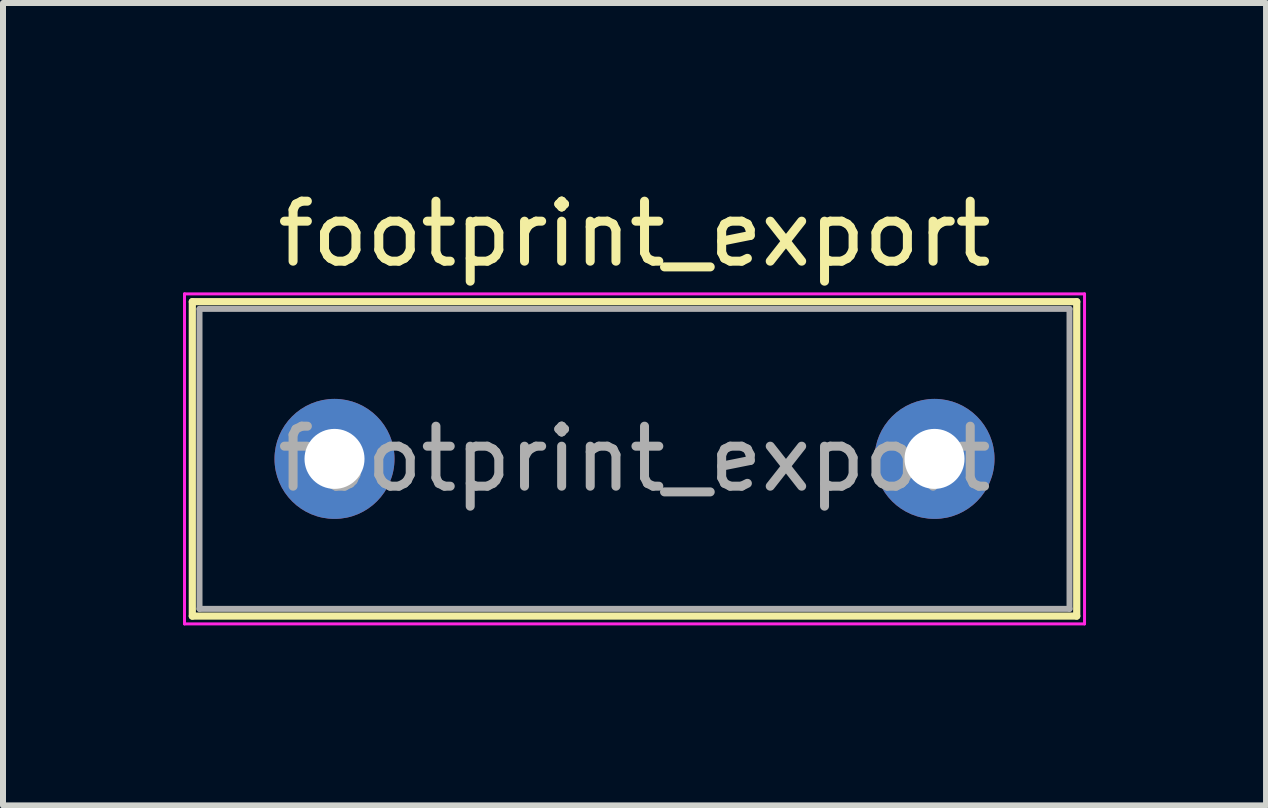
<source format=kicad_pcb>
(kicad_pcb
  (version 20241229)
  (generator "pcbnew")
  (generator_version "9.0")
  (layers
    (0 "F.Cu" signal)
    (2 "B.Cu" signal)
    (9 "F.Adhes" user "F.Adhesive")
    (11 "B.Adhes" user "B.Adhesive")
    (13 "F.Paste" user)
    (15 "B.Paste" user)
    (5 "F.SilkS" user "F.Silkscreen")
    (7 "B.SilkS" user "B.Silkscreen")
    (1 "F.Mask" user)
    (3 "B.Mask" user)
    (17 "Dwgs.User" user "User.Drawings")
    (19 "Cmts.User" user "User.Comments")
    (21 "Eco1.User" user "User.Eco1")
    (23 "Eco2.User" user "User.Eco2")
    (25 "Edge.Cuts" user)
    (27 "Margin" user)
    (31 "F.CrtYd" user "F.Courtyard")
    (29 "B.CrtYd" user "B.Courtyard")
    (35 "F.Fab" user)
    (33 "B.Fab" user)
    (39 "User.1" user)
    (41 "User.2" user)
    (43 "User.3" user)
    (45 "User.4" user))
  (footprint "footprint_export"
    (layer "F.Cu")
    (at 2.525 4.598)
    (property "Reference" "footprint_export" (at 5 -3.75 0) (layer "F.SilkS") (effects (font (size 1 1) (thickness 0.15))))
    (attr through_hole)
    (fp_line (start -2.37 -2.62) (end -2.37 2.62) (stroke (width 0.12) (type solid)) (layer "F.SilkS"))
    (fp_line (start -2.37 -2.62) (end 12.37 -2.62) (stroke (width 0.12) (type solid)) (layer "F.SilkS"))
    (fp_line (start -2.37 2.62) (end 12.37 2.62) (stroke (width 0.12) (type solid)) (layer "F.SilkS"))
    (fp_line (start 12.37 -2.62) (end 12.37 2.62) (stroke (width 0.12) (type solid)) (layer "F.SilkS"))
    (fp_line (start -2.5 -2.75) (end -2.5 2.75) (stroke (width 0.05) (type solid)) (layer "F.CrtYd"))
    (fp_line (start -2.5 2.75) (end 12.5 2.75) (stroke (width 0.05) (type solid)) (layer "F.CrtYd"))
    (fp_line (start 12.5 -2.75) (end -2.5 -2.75) (stroke (width 0.05) (type solid)) (layer "F.CrtYd"))
    (fp_line (start 12.5 2.75) (end 12.5 -2.75) (stroke (width 0.05) (type solid)) (layer "F.CrtYd"))
    (fp_line (start -2.25 -2.5) (end -2.25 2.5) (stroke (width 0.1) (type solid)) (layer "F.Fab"))
    (fp_line (start -2.25 2.5) (end 12.25 2.5) (stroke (width 0.1) (type solid)) (layer "F.Fab"))
    (fp_line (start 12.25 -2.5) (end -2.25 -2.5) (stroke (width 0.1) (type solid)) (layer "F.Fab"))
    (fp_line (start 12.25 2.5) (end 12.25 -2.5) (stroke (width 0.1) (type solid)) (layer "F.Fab"))
    (fp_text user "${REFERENCE}" (at 5 0 0) (layer "F.Fab") (effects (font (size 1 1) (thickness 0.15))))
    (pad "1" thru_hole circle (at 0 0) (size 2 2) (drill 1) (layers "*.Cu" "*.Mask"))
    (pad "2" thru_hole circle (at 10 0) (size 2 2) (drill 1) (layers "*.Cu" "*.Mask")))
  (gr_rect
    (start -3 -3)
    (end 18.05 10.373)
    (stroke (width 0.1) (type default))
    (fill no)
    (layer "Edge.Cuts")))
</source>
